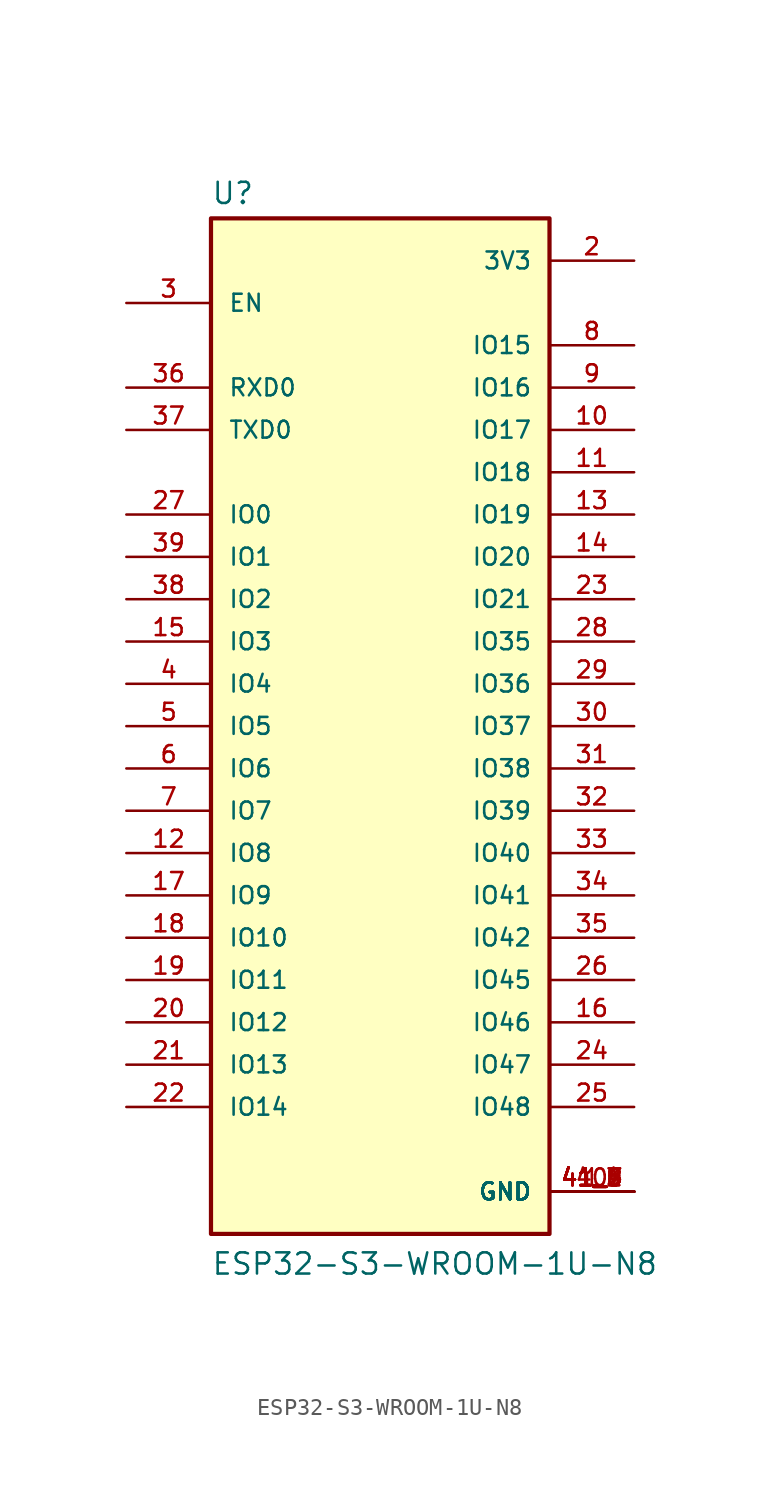
<source format=kicad_sym>
(kicad_symbol_lib
  (version 20211014)
  (generator kicad_symbol_editor)
  (symbol "ESP32-S3-WROOM-1U-N8"
    (pin_names
      (offset 1.016))
    (property "Reference" "U"
      (at -10.16 31.242 0)
      (effects (font (size 1.27 1.27)) (justify bottom left)))
    (property "Value" "ESP32-S3-WROOM-1U-N8"
      (at -10.16 -33.02 0)
      (effects (font (size 1.27 1.27)) (justify bottom left)))
    (symbol "ESP32-S3-WROOM-1U-N8_0_0"
      (rectangle (start -10.16 -30.48) (end 10.16 30.48) (stroke (width 0.254)) (fill (type background)))
      (pin power_in line (at 15.24 -27.94 180.0) (length 5.08) (name "GND" (effects (font (size 1.016 1.016)))) (number "1" (effects (font (size 1.016 1.016)))))
      (pin power_in line (at 15.24 -27.94 180.0) (length 5.08) (name "GND" (effects (font (size 1.016 1.016)))) (number "40" (effects (font (size 1.016 1.016)))))
      (pin power_in line (at 15.24 -27.94 180.0) (length 5.08) (name "GND" (effects (font (size 1.016 1.016)))) (number "41_1" (effects (font (size 1.016 1.016)))))
      (pin power_in line (at 15.24 -27.94 180.0) (length 5.08) (name "GND" (effects (font (size 1.016 1.016)))) (number "41_2" (effects (font (size 1.016 1.016)))))
      (pin power_in line (at 15.24 -27.94 180.0) (length 5.08) (name "GND" (effects (font (size 1.016 1.016)))) (number "41_3" (effects (font (size 1.016 1.016)))))
      (pin power_in line (at 15.24 -27.94 180.0) (length 5.08) (name "GND" (effects (font (size 1.016 1.016)))) (number "41_4" (effects (font (size 1.016 1.016)))))
      (pin power_in line (at 15.24 -27.94 180.0) (length 5.08) (name "GND" (effects (font (size 1.016 1.016)))) (number "41_5" (effects (font (size 1.016 1.016)))))
      (pin power_in line (at 15.24 -27.94 180.0) (length 5.08) (name "GND" (effects (font (size 1.016 1.016)))) (number "41_6" (effects (font (size 1.016 1.016)))))
      (pin power_in line (at 15.24 -27.94 180.0) (length 5.08) (name "GND" (effects (font (size 1.016 1.016)))) (number "41_7" (effects (font (size 1.016 1.016)))))
      (pin power_in line (at 15.24 -27.94 180.0) (length 5.08) (name "GND" (effects (font (size 1.016 1.016)))) (number "41_8" (effects (font (size 1.016 1.016)))))
      (pin power_in line (at 15.24 -27.94 180.0) (length 5.08) (name "GND" (effects (font (size 1.016 1.016)))) (number "41_9" (effects (font (size 1.016 1.016)))))
      (pin power_in line (at 15.24 27.94 180.0) (length 5.08) (name "3V3" (effects (font (size 1.016 1.016)))) (number "2" (effects (font (size 1.016 1.016)))))
      (pin input line (at -15.24 25.4 0) (length 5.08) (name "EN" (effects (font (size 1.016 1.016)))) (number "3" (effects (font (size 1.016 1.016)))))
      (pin bidirectional line (at 15.24 5.08 180.0) (length 5.08) (name "IO35" (effects (font (size 1.016 1.016)))) (number "28" (effects (font (size 1.016 1.016)))))
      (pin bidirectional line (at 15.24 -22.86 180.0) (length 5.08) (name "IO48" (effects (font (size 1.016 1.016)))) (number "25" (effects (font (size 1.016 1.016)))))
      (pin bidirectional line (at 15.24 -10.16 180.0) (length 5.08) (name "IO41" (effects (font (size 1.016 1.016)))) (number "34" (effects (font (size 1.016 1.016)))))
      (pin bidirectional line (at 15.24 -5.08 180.0) (length 5.08) (name "IO39" (effects (font (size 1.016 1.016)))) (number "32" (effects (font (size 1.016 1.016)))))
      (pin bidirectional line (at 15.24 -20.32 180.0) (length 5.08) (name "IO47" (effects (font (size 1.016 1.016)))) (number "24" (effects (font (size 1.016 1.016)))))
      (pin bidirectional line (at 15.24 -7.62 180.0) (length 5.08) (name "IO40" (effects (font (size 1.016 1.016)))) (number "33" (effects (font (size 1.016 1.016)))))
      (pin bidirectional line (at -15.24 -22.86 0) (length 5.08) (name "IO14" (effects (font (size 1.016 1.016)))) (number "22" (effects (font (size 1.016 1.016)))))
      (pin bidirectional line (at -15.24 -17.78 0) (length 5.08) (name "IO12" (effects (font (size 1.016 1.016)))) (number "20" (effects (font (size 1.016 1.016)))))
      (pin bidirectional line (at -15.24 -20.32 0) (length 5.08) (name "IO13" (effects (font (size 1.016 1.016)))) (number "21" (effects (font (size 1.016 1.016)))))
      (pin bidirectional line (at 15.24 22.86 180.0) (length 5.08) (name "IO15" (effects (font (size 1.016 1.016)))) (number "8" (effects (font (size 1.016 1.016)))))
      (pin bidirectional line (at -15.24 7.62 0) (length 5.08) (name "IO2" (effects (font (size 1.016 1.016)))) (number "38" (effects (font (size 1.016 1.016)))))
      (pin bidirectional line (at -15.24 12.7 0) (length 5.08) (name "IO0" (effects (font (size 1.016 1.016)))) (number "27" (effects (font (size 1.016 1.016)))))
      (pin bidirectional line (at -15.24 2.54 0) (length 5.08) (name "IO4" (effects (font (size 1.016 1.016)))) (number "4" (effects (font (size 1.016 1.016)))))
      (pin bidirectional line (at 15.24 20.32 180.0) (length 5.08) (name "IO16" (effects (font (size 1.016 1.016)))) (number "9" (effects (font (size 1.016 1.016)))))
      (pin bidirectional line (at 15.24 17.78 180.0) (length 5.08) (name "IO17" (effects (font (size 1.016 1.016)))) (number "10" (effects (font (size 1.016 1.016)))))
      (pin bidirectional line (at -15.24 0.0 0) (length 5.08) (name "IO5" (effects (font (size 1.016 1.016)))) (number "5" (effects (font (size 1.016 1.016)))))
      (pin bidirectional line (at 15.24 15.24 180.0) (length 5.08) (name "IO18" (effects (font (size 1.016 1.016)))) (number "11" (effects (font (size 1.016 1.016)))))
      (pin bidirectional line (at 15.24 12.7 180.0) (length 5.08) (name "IO19" (effects (font (size 1.016 1.016)))) (number "13" (effects (font (size 1.016 1.016)))))
      (pin bidirectional line (at 15.24 7.62 180.0) (length 5.08) (name "IO21" (effects (font (size 1.016 1.016)))) (number "23" (effects (font (size 1.016 1.016)))))
      (pin bidirectional line (at 15.24 0.0 180.0) (length 5.08) (name "IO37" (effects (font (size 1.016 1.016)))) (number "30" (effects (font (size 1.016 1.016)))))
      (pin bidirectional line (at 15.24 -2.54 180.0) (length 5.08) (name "IO38" (effects (font (size 1.016 1.016)))) (number "31" (effects (font (size 1.016 1.016)))))
      (pin bidirectional line (at -15.24 10.16 0) (length 5.08) (name "IO1" (effects (font (size 1.016 1.016)))) (number "39" (effects (font (size 1.016 1.016)))))
      (pin bidirectional line (at -15.24 5.08 0) (length 5.08) (name "IO3" (effects (font (size 1.016 1.016)))) (number "15" (effects (font (size 1.016 1.016)))))
      (pin bidirectional line (at -15.24 -2.54 0) (length 5.08) (name "IO6" (effects (font (size 1.016 1.016)))) (number "6" (effects (font (size 1.016 1.016)))))
      (pin bidirectional line (at -15.24 -5.08 0) (length 5.08) (name "IO7" (effects (font (size 1.016 1.016)))) (number "7" (effects (font (size 1.016 1.016)))))
      (pin bidirectional line (at -15.24 -7.62 0) (length 5.08) (name "IO8" (effects (font (size 1.016 1.016)))) (number "12" (effects (font (size 1.016 1.016)))))
      (pin bidirectional line (at -15.24 -10.16 0) (length 5.08) (name "IO9" (effects (font (size 1.016 1.016)))) (number "17" (effects (font (size 1.016 1.016)))))
      (pin bidirectional line (at -15.24 -12.7 0) (length 5.08) (name "IO10" (effects (font (size 1.016 1.016)))) (number "18" (effects (font (size 1.016 1.016)))))
      (pin bidirectional line (at -15.24 -15.24 0) (length 5.08) (name "IO11" (effects (font (size 1.016 1.016)))) (number "19" (effects (font (size 1.016 1.016)))))
      (pin bidirectional line (at 15.24 2.54 180.0) (length 5.08) (name "IO36" (effects (font (size 1.016 1.016)))) (number "29" (effects (font (size 1.016 1.016)))))
      (pin bidirectional line (at 15.24 -12.7 180.0) (length 5.08) (name "IO42" (effects (font (size 1.016 1.016)))) (number "35" (effects (font (size 1.016 1.016)))))
      (pin bidirectional line (at 15.24 10.16 180.0) (length 5.08) (name "IO20" (effects (font (size 1.016 1.016)))) (number "14" (effects (font (size 1.016 1.016)))))
      (pin bidirectional line (at -15.24 17.78 0) (length 5.08) (name "TXD0" (effects (font (size 1.016 1.016)))) (number "37" (effects (font (size 1.016 1.016)))))
      (pin bidirectional line (at -15.24 20.32 0) (length 5.08) (name "RXD0" (effects (font (size 1.016 1.016)))) (number "36" (effects (font (size 1.016 1.016)))))
      (pin bidirectional line (at 15.24 -15.24 180.0) (length 5.08) (name "IO45" (effects (font (size 1.016 1.016)))) (number "26" (effects (font (size 1.016 1.016)))))
      (pin bidirectional line (at 15.24 -17.78 180.0) (length 5.08) (name "IO46" (effects (font (size 1.016 1.016)))) (number "16" (effects (font (size 1.016 1.016))))))))
</source>
